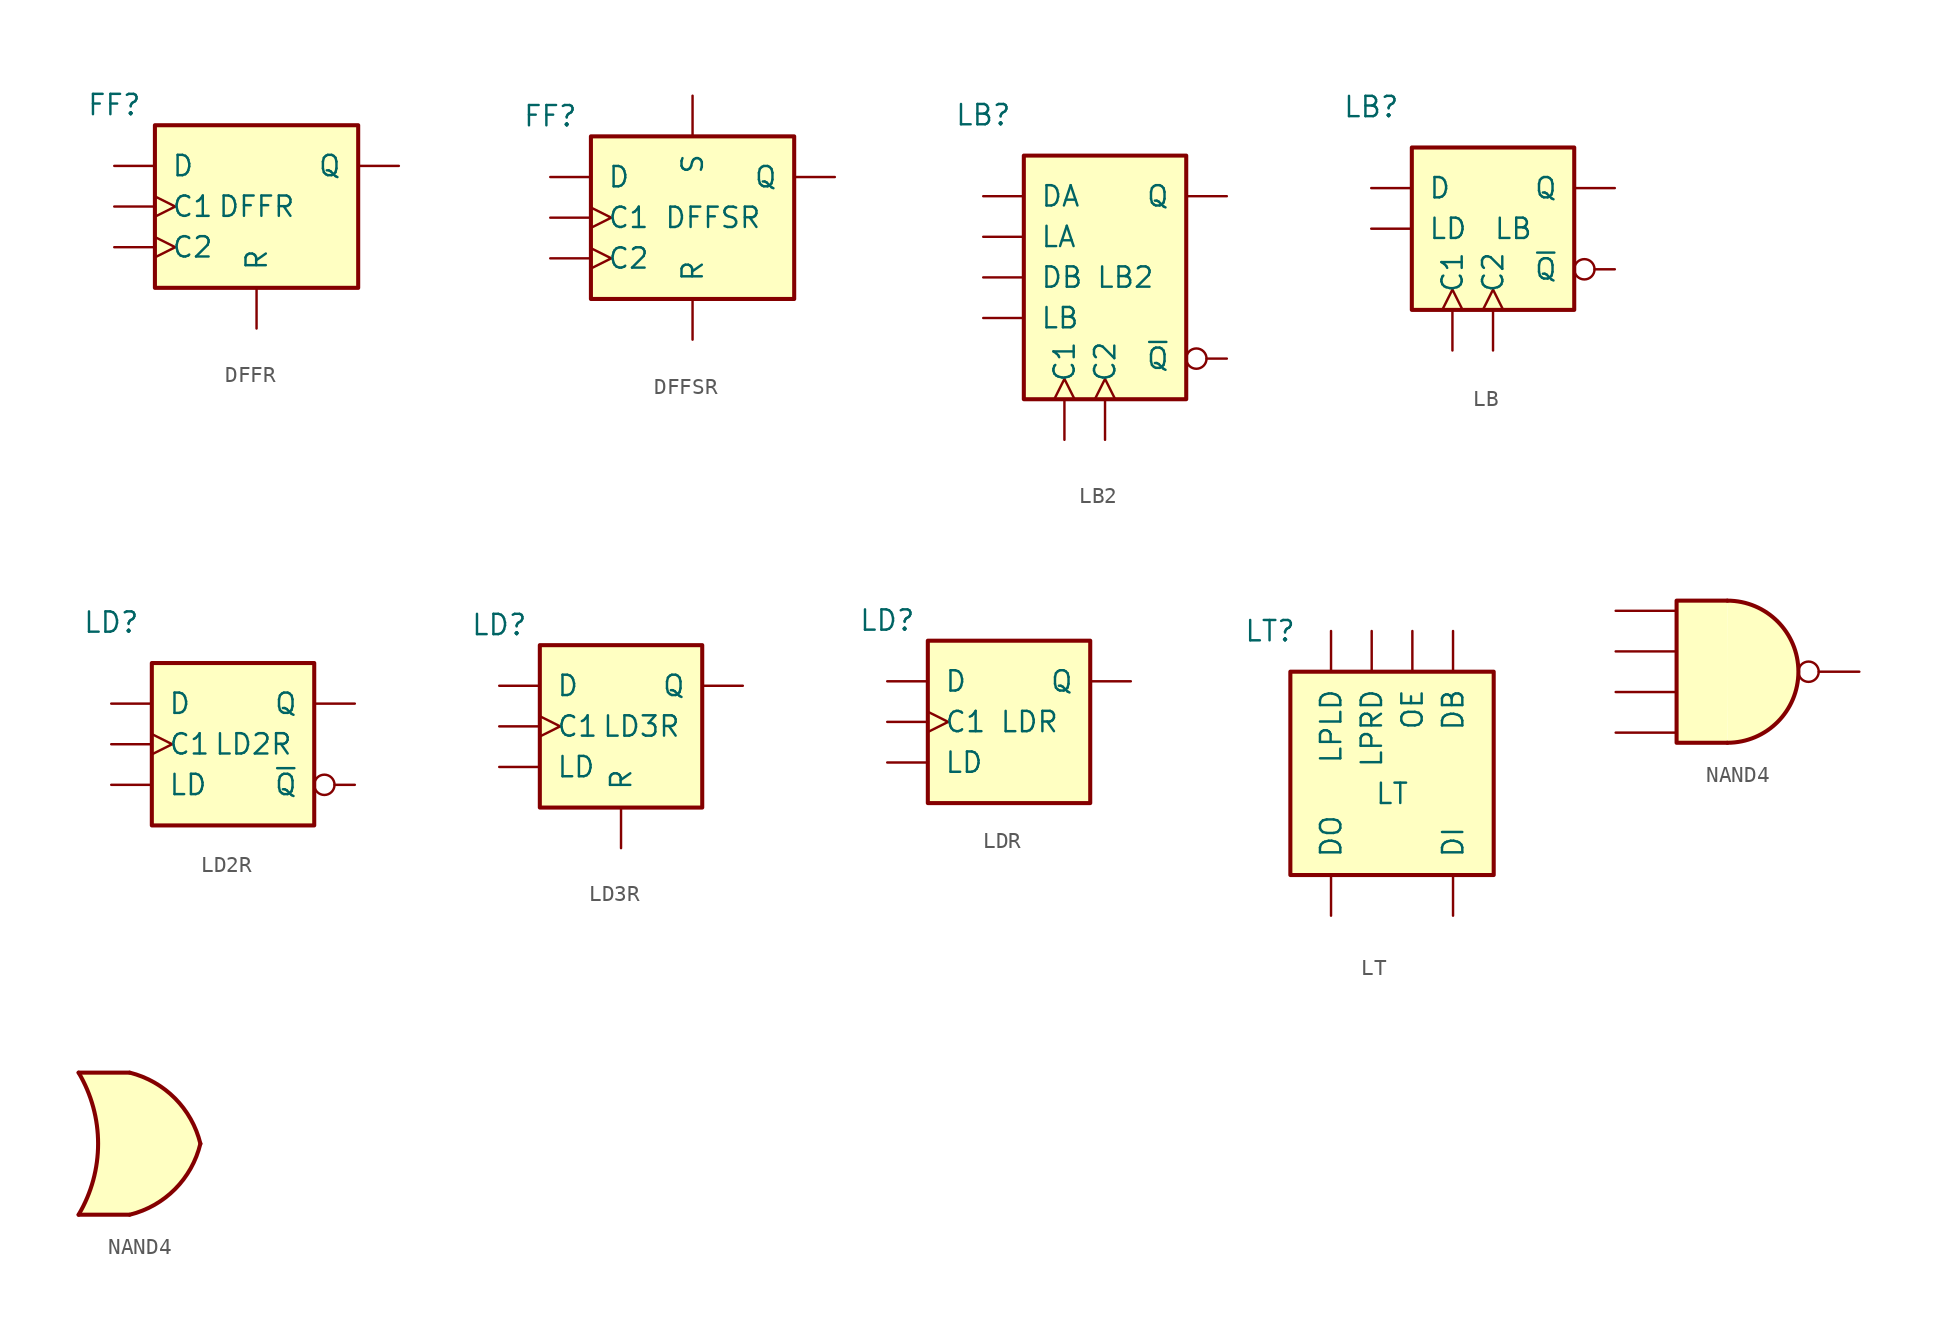
<source format=kicad_sym>
(kicad_symbol_lib
  (version 20211014)
  (generator kicad_symbol_editor)
  (symbol "DFFR"
    (pin_numbers hide)
    (pin_names
      (offset 1.016))
    (property "Reference" "FF"
      (at -8.89 6.35 0)
      (effects (font (size 1.27 1.27))))
    (property "Value" "DFFR"
      (at 0 0 0)
      (effects (font (size 1.27 1.27))))
    (symbol "DFFR_1_1"
      (rectangle (start -6.35 5.08) (end 6.35 -5.08) (stroke (width 0.254) (type default) (color 0 0 0 0)) (fill (type background)))
      (pin output line (at 8.89 2.54 180) (length 2.54) (name "Q" (effects (font (size 1.27 1.27)))) (number "1" (effects (font (size 1.27 1.27)))))
      (pin input line (at -8.89 2.54 0) (length 2.54) (name "D" (effects (font (size 1.27 1.27)))) (number "3" (effects (font (size 1.27 1.27)))))
      (pin input clock (at -8.89 0 0) (length 2.54) (name "C1" (effects (font (size 1.27 1.27)))) (number "4" (effects (font (size 1.27 1.27)))))
      (pin input clock (at -8.89 -2.54 0) (length 2.54) (name "C2" (effects (font (size 1.27 1.27)))) (number "5" (effects (font (size 1.27 1.27)))))
      (pin input line (at 0 -7.62 90) (length 2.54) (name "R" (effects (font (size 1.27 1.27)))) (number "6" (effects (font (size 1.27 1.27)))))))
  (symbol "DFFSR"
    (pin_numbers hide)
    (pin_names
      (offset 1.016))
    (property "Reference" "FF"
      (at -8.89 6.35 0)
      (effects (font (size 1.27 1.27))))
    (property "Value" "DFFSR"
      (at 1.27 0 0)
      (effects (font (size 1.27 1.27))))
    (symbol "DFFSR_1_1"
      (rectangle (start -6.35 5.08) (end 6.35 -5.08) (stroke (width 0.254) (type default) (color 0 0 0 0)) (fill (type background)))
      (pin output line (at 8.89 2.54 180) (length 2.54) (name "Q" (effects (font (size 1.27 1.27)))) (number "1" (effects (font (size 1.27 1.27)))))
      (pin input line (at -8.89 2.54 0) (length 2.54) (name "D" (effects (font (size 1.27 1.27)))) (number "3" (effects (font (size 1.27 1.27)))))
      (pin input clock (at -8.89 0 0) (length 2.54) (name "C1" (effects (font (size 1.27 1.27)))) (number "4" (effects (font (size 1.27 1.27)))))
      (pin input clock (at -8.89 -2.54 0) (length 2.54) (name "C2" (effects (font (size 1.27 1.27)))) (number "5" (effects (font (size 1.27 1.27)))))
      (pin input line (at 0 -7.62 90) (length 2.54) (name "R" (effects (font (size 1.27 1.27)))) (number "6" (effects (font (size 1.27 1.27)))))
      (pin input line (at 0 7.62 270) (length 2.54) (name "S" (effects (font (size 1.27 1.27)))) (number "7" (effects (font (size 1.27 1.27)))))))
  (symbol "LB2"
    (pin_numbers hide)
    (pin_names
      (offset 1.016))
    (property "Reference" "LB"
      (at -7.62 10.16 0)
      (effects (font (size 1.27 1.27))))
    (property "Value" "LB2"
      (at 1.27 0 0)
      (effects (font (size 1.27 1.27))))
    (symbol "LB2_1_1"
      (rectangle (start -5.08 7.62) (end 5.08 -7.62) (stroke (width 0.254) (type default) (color 0 0 0 0)) (fill (type background)))
      (pin input line (at -7.62 5.08 0) (length 2.54) (name "DA" (effects (font (size 1.27 1.27)))) (number "1" (effects (font (size 1.27 1.27)))))
      (pin input line (at -7.62 2.54 0) (length 2.54) (name "LA" (effects (font (size 1.27 1.27)))) (number "2" (effects (font (size 1.27 1.27)))))
      (pin input line (at -7.62 0 0) (length 2.54) (name "DB" (effects (font (size 1.27 1.27)))) (number "3" (effects (font (size 1.27 1.27)))))
      (pin input line (at -7.62 -2.54 0) (length 2.54) (name "LB" (effects (font (size 1.27 1.27)))) (number "4" (effects (font (size 1.27 1.27)))))
      (pin output line (at 7.62 5.08 180) (length 2.54) (name "Q" (effects (font (size 1.27 1.27)))) (number "5" (effects (font (size 1.27 1.27)))))
      (pin output inverted (at 7.62 -5.08 180) (length 2.54) (name "~{Q}" (effects (font (size 1.27 1.27)))) (number "6" (effects (font (size 1.27 1.27)))))
      (pin input clock (at -2.54 -10.16 90) (length 2.54) (name "C1" (effects (font (size 1.27 1.27)))) (number "7" (effects (font (size 1.27 1.27)))))
      (pin input clock (at 0 -10.16 90) (length 2.54) (name "C2" (effects (font (size 1.27 1.27)))) (number "8" (effects (font (size 1.27 1.27)))))))
  (symbol "LB"
    (pin_numbers hide)
    (pin_names
      (offset 1.016))
    (property "Reference" "LB"
      (at -7.62 7.62 0)
      (effects (font (size 1.27 1.27))))
    (property "Value" "LB"
      (at 1.27 0 0)
      (effects (font (size 1.27 1.27))))
    (symbol "LB_1_1"
      (rectangle (start -5.08 5.08) (end 5.08 -5.08) (stroke (width 0.254) (type default) (color 0 0 0 0)) (fill (type background)))
      (pin input line (at -7.62 2.54 0) (length 2.54) (name "D" (effects (font (size 1.27 1.27)))) (number "1" (effects (font (size 1.27 1.27)))))
      (pin input line (at -7.62 0 0) (length 2.54) (name "LD" (effects (font (size 1.27 1.27)))) (number "2" (effects (font (size 1.27 1.27)))))
      (pin output line (at 7.62 2.54 180) (length 2.54) (name "Q" (effects (font (size 1.27 1.27)))) (number "3" (effects (font (size 1.27 1.27)))))
      (pin output inverted (at 7.62 -2.54 180) (length 2.54) (name "~{Q}" (effects (font (size 1.27 1.27)))) (number "4" (effects (font (size 1.27 1.27)))))
      (pin input clock (at -2.54 -7.62 90) (length 2.54) (name "C1" (effects (font (size 1.27 1.27)))) (number "5" (effects (font (size 1.27 1.27)))))
      (pin input clock (at 0 -7.62 90) (length 2.54) (name "C2" (effects (font (size 1.27 1.27)))) (number "6" (effects (font (size 1.27 1.27)))))))
  (symbol "LD2R"
    (pin_numbers hide)
    (pin_names
      (offset 1.016))
    (property "Reference" "LD"
      (at -7.62 7.62 0)
      (effects (font (size 1.27 1.27))))
    (property "Value" "LD2R"
      (at 1.27 0 0)
      (effects (font (size 1.27 1.27))))
    (symbol "LD2R_1_1"
      (rectangle (start -5.08 5.08) (end 5.08 -5.08) (stroke (width 0.254) (type default) (color 0 0 0 0)) (fill (type background)))
      (pin output line (at 7.62 2.54 180) (length 2.54) (name "Q" (effects (font (size 1.27 1.27)))) (number "1" (effects (font (size 1.27 1.27)))))
      (pin output inverted (at 7.62 -2.54 180) (length 2.54) (name "~{Q}" (effects (font (size 1.27 1.27)))) (number "2" (effects (font (size 1.27 1.27)))))
      (pin input line (at -7.62 2.54 0) (length 2.54) (name "D" (effects (font (size 1.27 1.27)))) (number "3" (effects (font (size 1.27 1.27)))))
      (pin input clock (at -7.62 0 0) (length 2.54) (name "C1" (effects (font (size 1.27 1.27)))) (number "4" (effects (font (size 1.27 1.27)))))
      (pin input line (at -7.62 -2.54 0) (length 2.54) (name "LD" (effects (font (size 1.27 1.27)))) (number "5" (effects (font (size 1.27 1.27)))))))
  (symbol "LD3R"
    (pin_numbers hide)
    (pin_names
      (offset 1.016))
    (property "Reference" "LD"
      (at -7.62 6.35 0)
      (effects (font (size 1.27 1.27))))
    (property "Value" "LD3R"
      (at 1.27 0 0)
      (effects (font (size 1.27 1.27))))
    (symbol "LD3R_1_1"
      (rectangle (start -5.08 5.08) (end 5.08 -5.08) (stroke (width 0.254) (type default) (color 0 0 0 0)) (fill (type background)))
      (pin output line (at 7.62 2.54 180) (length 2.54) (name "Q" (effects (font (size 1.27 1.27)))) (number "1" (effects (font (size 1.27 1.27)))))
      (pin input line (at -7.62 2.54 0) (length 2.54) (name "D" (effects (font (size 1.27 1.27)))) (number "3" (effects (font (size 1.27 1.27)))))
      (pin input clock (at -7.62 0 0) (length 2.54) (name "C1" (effects (font (size 1.27 1.27)))) (number "4" (effects (font (size 1.27 1.27)))))
      (pin input line (at -7.62 -2.54 0) (length 2.54) (name "LD" (effects (font (size 1.27 1.27)))) (number "5" (effects (font (size 1.27 1.27)))))
      (pin input line (at 0 -7.62 90) (length 2.54) (name "R" (effects (font (size 1.27 1.27)))) (number "6" (effects (font (size 1.27 1.27)))))))
  (symbol "LDR"
    (pin_numbers hide)
    (pin_names
      (offset 1.016))
    (property "Reference" "LD"
      (at -7.62 6.35 0)
      (effects (font (size 1.27 1.27))))
    (property "Value" "LDR"
      (at 1.27 0 0)
      (effects (font (size 1.27 1.27))))
    (symbol "LDR_1_1"
      (rectangle (start -5.08 5.08) (end 5.08 -5.08) (stroke (width 0.254) (type default) (color 0 0 0 0)) (fill (type background)))
      (pin output line (at 7.62 2.54 180) (length 2.54) (name "Q" (effects (font (size 1.27 1.27)))) (number "1" (effects (font (size 1.27 1.27)))))
      (pin input line (at -7.62 2.54 0) (length 2.54) (name "D" (effects (font (size 1.27 1.27)))) (number "3" (effects (font (size 1.27 1.27)))))
      (pin input clock (at -7.62 0 0) (length 2.54) (name "C1" (effects (font (size 1.27 1.27)))) (number "4" (effects (font (size 1.27 1.27)))))
      (pin input line (at -7.62 -2.54 0) (length 2.54) (name "LD" (effects (font (size 1.27 1.27)))) (number "5" (effects (font (size 1.27 1.27)))))))
  (symbol "LT"
    (pin_numbers hide)
    (pin_names
      (offset 1.016))
    (property "Reference" "LT"
      (at -7.62 8.89 0)
      (effects (font (size 1.27 1.27))))
    (property "Value" "LT"
      (at 0 -1.27 0)
      (effects (font (size 1.27 1.27))))
    (symbol "LT_1_1"
      (rectangle (start -6.35 6.35) (end 6.35 -6.35) (stroke (width 0.254) (type default) (color 0 0 0 0)) (fill (type background)))
      (pin bidirectional line (at 3.81 8.89 270) (length 2.54) (name "DB" (effects (font (size 1.27 1.27)))) (number "1" (effects (font (size 1.27 1.27)))))
      (pin input line (at 1.27 8.89 270) (length 2.54) (name "OE" (effects (font (size 1.27 1.27)))) (number "2" (effects (font (size 1.27 1.27)))))
      (pin input line (at -1.27 8.89 270) (length 2.54) (name "LPRD" (effects (font (size 1.27 1.27)))) (number "3" (effects (font (size 1.27 1.27)))))
      (pin input line (at -3.81 8.89 270) (length 2.54) (name "LPLD" (effects (font (size 1.27 1.27)))) (number "4" (effects (font (size 1.27 1.27)))))
      (pin output line (at -3.81 -8.89 90) (length 2.54) (name "DO" (effects (font (size 1.27 1.27)))) (number "5" (effects (font (size 1.27 1.27)))))
      (pin input line (at 3.81 -8.89 90) (length 2.54) (name "DI" (effects (font (size 1.27 1.27)))) (number "6" (effects (font (size 1.27 1.27)))))))
  (symbol "NAND4"
    (pin_numbers hide)
    (pin_names
      (offset 1.016))
    (property "Reference" "NAND_"
      (at 0 0 0)
      (effects (font (size 1.27 1.27)) hide))
    (symbol "NAND4_1_1"
      (arc (start -0.635 -4.445) (mid 3.81 0) (end -0.635 4.445) (stroke (width 0.254) (type default) (color 0 0 0 0)) (fill (type background)))
      (polyline (pts (xy -0.635 4.445) (xy -3.81 4.445) (xy -3.81 -4.445) (xy -0.635 -4.445)) (stroke (width 0.254) (type default) (color 0 0 0 0)) (fill (type background)))
      (pin output inverted (at 7.62 0 180) (length 3.81) (name "~" (effects (font (size 1.27 1.27)))) (number "1" (effects (font (size 1.27 1.27)))))
      (pin input line (at -7.62 3.81 0) (length 3.81) (name "~" (effects (font (size 1.27 1.27)))) (number "2" (effects (font (size 1.27 1.27)))))
      (pin input line (at -7.62 1.27 0) (length 3.81) (name "~" (effects (font (size 1.27 1.27)))) (number "3" (effects (font (size 1.27 1.27)))))
      (pin input line (at -7.62 -1.27 0) (length 3.81) (name "~" (effects (font (size 1.27 1.27)))) (number "4" (effects (font (size 1.27 1.27)))))
      (pin input line (at -7.62 -3.81 0) (length 3.81) (name "~" (effects (font (size 1.27 1.27)))) (number "5" (effects (font (size 1.27 1.27))))))
    (symbol "NAND4_1_2"
      (arc (start -3.81 -4.445) (mid -2.5908 0) (end -3.81 4.445) (stroke (width 0.254) (type default) (color 0 0 0 0)) (fill (type none)))
      (arc (start -0.6096 -4.445) (mid 2.224 -2.8428) (end 3.81 0) (stroke (width 0.254) (type default) (color 0 0 0 0)) (fill (type background)))
      (polyline (pts (xy -3.81 -4.445) (xy -0.635 -4.445)) (stroke (width 0.254) (type default) (color 0 0 0 0)) (fill (type background)))
      (polyline (pts (xy -3.81 4.445) (xy -0.635 4.445)) (stroke (width 0.254) (type default) (color 0 0 0 0)) (fill (type background)))
      (polyline (pts (xy -0.635 4.445) (xy -3.81 4.445) (xy -3.81 4.445) (xy -3.632 4.089) (xy -3.099 2.921) (xy -2.769 1.676) (xy -2.616 0.432) (xy -2.642 -0.864) (xy -2.87 -2.108) (xy -3.251 -3.327) (xy -3.81 -4.445) (xy -3.81 -4.445) (xy -0.635 -4.445)) (stroke (width -25.4) (type default) (color 0 0 0 0)) (fill (type background)))
      (arc (start 3.81 0) (mid 2.2198 2.8386) (end -0.6096 4.445) (stroke (width 0.254) (type default) (color 0 0 0 0)) (fill (type background))))))
</source>
